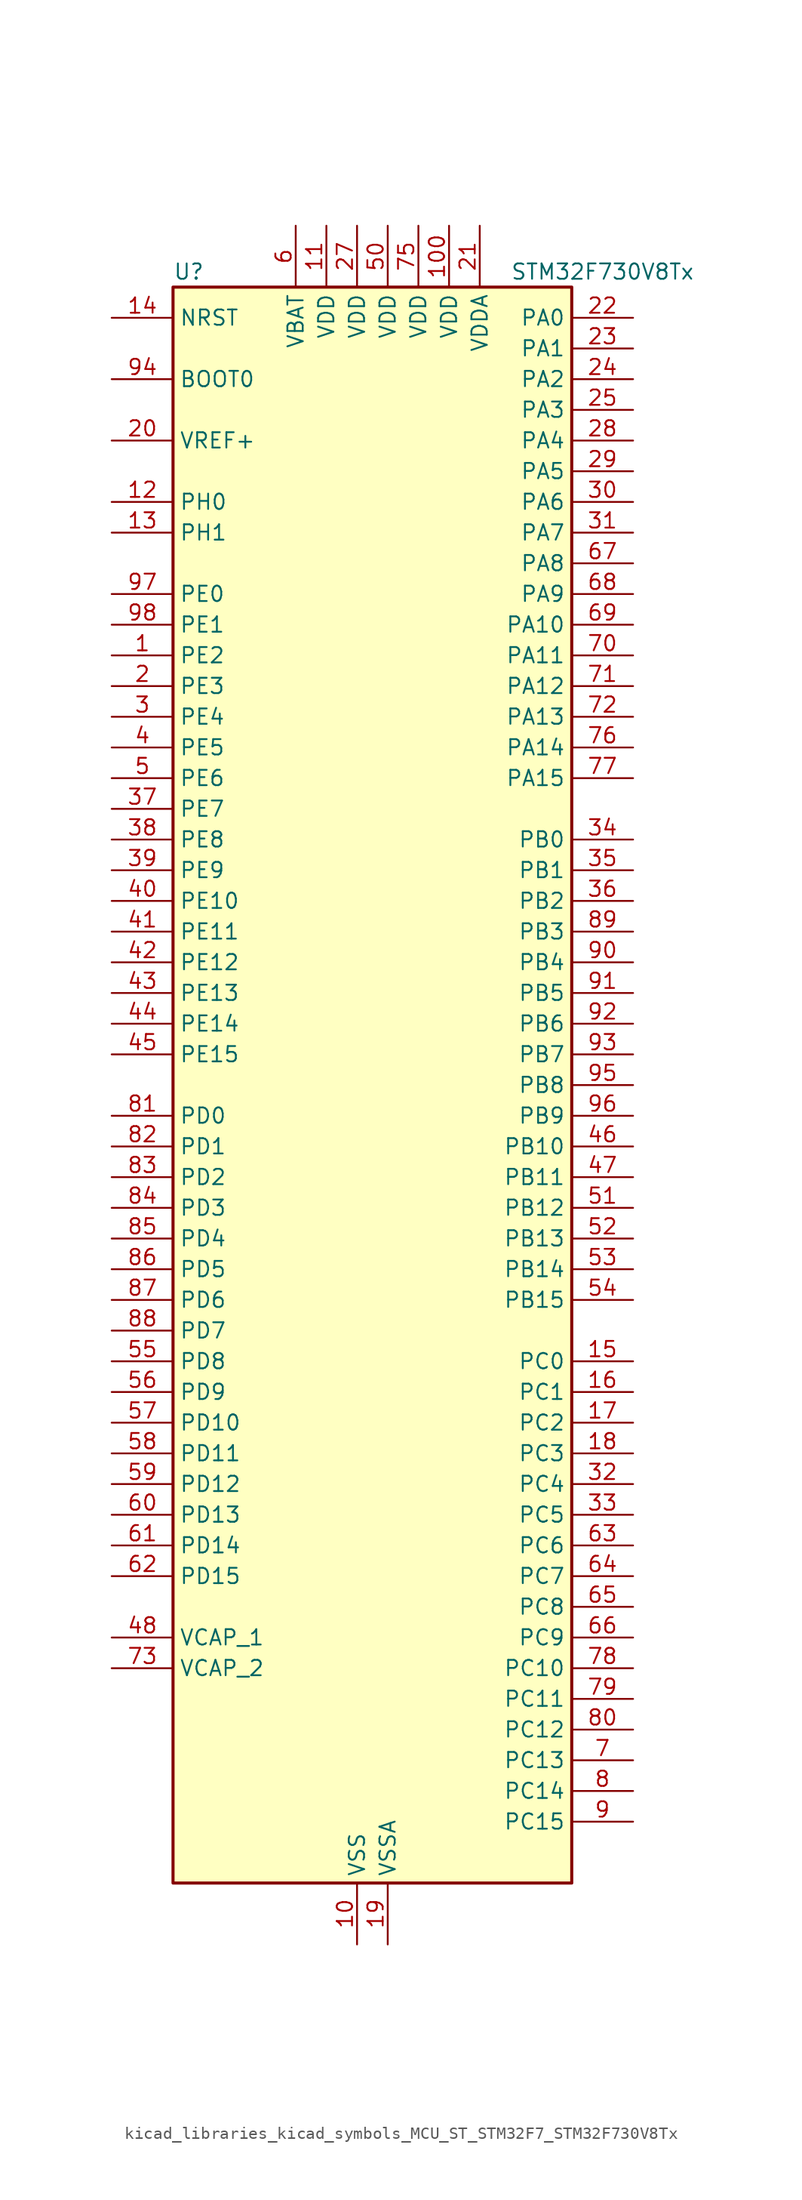
<source format=kicad_sym>
(kicad_symbol_lib
  (version 20220914)
  (generator kicad_symbol_editor)
  (symbol "kicad_libraries_kicad_symbols_MCU_ST_STM32F7_STM32F730V8Tx"
    (property "Reference" "U"
      (at -15.24 67.31 0)
      (effects (font (size 1.27 1.27)) (justify left)))
    (property "Value" "STM32F730V8Tx"
      (at 12.7 67.31 0)
      (effects (font (size 1.27 1.27)) (justify left)))
    (property "ki_locked" ""
      (at 0 0 0)
      (effects (font (size 1.27 1.27))))
    (symbol "kicad_libraries_kicad_symbols_MCU_ST_STM32F7_STM32F730V8Tx_0_1"
      (rectangle (start -15.24 -66.04) (end 17.78 66.04) (stroke (width 0.254) (type default)) (fill (type background))))
    (symbol "kicad_libraries_kicad_symbols_MCU_ST_STM32F7_STM32F730V8Tx_1_1"
      (pin bidirectional line (at -20.32 35.56 0) (length 5.08) (name "PE2" (effects (font (size 1.27 1.27)))) (number "1" (effects (font (size 1.27 1.27)))) (alternate "FMC_A23" bidirectional line) (alternate "QUADSPI_BK1_IO2" bidirectional line) (alternate "SAI1_MCLK_A" bidirectional line) (alternate "SPI4_SCK" bidirectional line) (alternate "SYS_TRACECLK" bidirectional line))
      (pin power_in line (at 0 -71.12 90) (length 5.08) (name "VSS" (effects (font (size 1.27 1.27)))) (number "10" (effects (font (size 1.27 1.27)))))
      (pin power_in line (at 7.62 71.12 270) (length 5.08) (name "VDD" (effects (font (size 1.27 1.27)))) (number "100" (effects (font (size 1.27 1.27)))))
      (pin power_in line (at -2.54 71.12 270) (length 5.08) (name "VDD" (effects (font (size 1.27 1.27)))) (number "11" (effects (font (size 1.27 1.27)))))
      (pin bidirectional line (at -20.32 48.26 0) (length 5.08) (name "PH0" (effects (font (size 1.27 1.27)))) (number "12" (effects (font (size 1.27 1.27)))) (alternate "RCC_OSC_IN" bidirectional line))
      (pin bidirectional line (at -20.32 45.72 0) (length 5.08) (name "PH1" (effects (font (size 1.27 1.27)))) (number "13" (effects (font (size 1.27 1.27)))) (alternate "RCC_OSC_OUT" bidirectional line))
      (pin input line (at -20.32 63.5 0) (length 5.08) (name "NRST" (effects (font (size 1.27 1.27)))) (number "14" (effects (font (size 1.27 1.27)))))
      (pin bidirectional line (at 22.86 -22.86 180) (length 5.08) (name "PC0" (effects (font (size 1.27 1.27)))) (number "15" (effects (font (size 1.27 1.27)))) (alternate "ADC1_IN10" bidirectional line) (alternate "ADC2_IN10" bidirectional line) (alternate "ADC3_IN10" bidirectional line) (alternate "FMC_SDNWE" bidirectional line) (alternate "SAI2_FS_B" bidirectional line) (alternate "USB_OTG_HS_ULPI_STP" bidirectional line))
      (pin bidirectional line (at 22.86 -25.4 180) (length 5.08) (name "PC1" (effects (font (size 1.27 1.27)))) (number "16" (effects (font (size 1.27 1.27)))) (alternate "ADC1_IN11" bidirectional line) (alternate "ADC2_IN11" bidirectional line) (alternate "ADC3_IN11" bidirectional line) (alternate "I2S2_SD" bidirectional line) (alternate "RTC_TAMP3" bidirectional line) (alternate "RTC_TS" bidirectional line) (alternate "SAI1_SD_A" bidirectional line) (alternate "SPI2_MOSI" bidirectional line) (alternate "SYS_TRACED0" bidirectional line) (alternate "SYS_WKUP3" bidirectional line))
      (pin bidirectional line (at 22.86 -27.94 180) (length 5.08) (name "PC2" (effects (font (size 1.27 1.27)))) (number "17" (effects (font (size 1.27 1.27)))) (alternate "ADC1_IN12" bidirectional line) (alternate "ADC2_IN12" bidirectional line) (alternate "ADC3_IN12" bidirectional line) (alternate "FMC_SDNE0" bidirectional line) (alternate "SPI2_MISO" bidirectional line) (alternate "USB_OTG_HS_ULPI_DIR" bidirectional line))
      (pin bidirectional line (at 22.86 -30.48 180) (length 5.08) (name "PC3" (effects (font (size 1.27 1.27)))) (number "18" (effects (font (size 1.27 1.27)))) (alternate "ADC1_IN13" bidirectional line) (alternate "ADC2_IN13" bidirectional line) (alternate "ADC3_IN13" bidirectional line) (alternate "FMC_SDCKE0" bidirectional line) (alternate "I2S2_SD" bidirectional line) (alternate "SPI2_MOSI" bidirectional line) (alternate "USB_OTG_HS_ULPI_NXT" bidirectional line))
      (pin power_in line (at 2.54 -71.12 90) (length 5.08) (name "VSSA" (effects (font (size 1.27 1.27)))) (number "19" (effects (font (size 1.27 1.27)))))
      (pin bidirectional line (at -20.32 33.02 0) (length 5.08) (name "PE3" (effects (font (size 1.27 1.27)))) (number "2" (effects (font (size 1.27 1.27)))) (alternate "FMC_A19" bidirectional line) (alternate "SAI1_SD_B" bidirectional line) (alternate "SYS_TRACED0" bidirectional line))
      (pin input line (at -20.32 53.34 0) (length 5.08) (name "VREF+" (effects (font (size 1.27 1.27)))) (number "20" (effects (font (size 1.27 1.27)))))
      (pin power_in line (at 10.16 71.12 270) (length 5.08) (name "VDDA" (effects (font (size 1.27 1.27)))) (number "21" (effects (font (size 1.27 1.27)))))
      (pin bidirectional line (at 22.86 63.5 180) (length 5.08) (name "PA0" (effects (font (size 1.27 1.27)))) (number "22" (effects (font (size 1.27 1.27)))) (alternate "ADC1_IN0" bidirectional line) (alternate "ADC2_IN0" bidirectional line) (alternate "ADC3_IN0" bidirectional line) (alternate "SAI2_SD_B" bidirectional line) (alternate "SYS_WKUP1" bidirectional line) (alternate "TIM2_CH1" bidirectional line) (alternate "TIM2_ETR" bidirectional line) (alternate "TIM5_CH1" bidirectional line) (alternate "TIM8_ETR" bidirectional line) (alternate "UART4_TX" bidirectional line) (alternate "USART2_CTS" bidirectional line))
      (pin bidirectional line (at 22.86 60.96 180) (length 5.08) (name "PA1" (effects (font (size 1.27 1.27)))) (number "23" (effects (font (size 1.27 1.27)))) (alternate "ADC1_IN1" bidirectional line) (alternate "ADC2_IN1" bidirectional line) (alternate "ADC3_IN1" bidirectional line) (alternate "QUADSPI_BK1_IO3" bidirectional line) (alternate "SAI2_MCLK_B" bidirectional line) (alternate "TIM2_CH2" bidirectional line) (alternate "TIM5_CH2" bidirectional line) (alternate "UART4_RX" bidirectional line) (alternate "USART2_DE" bidirectional line) (alternate "USART2_RTS" bidirectional line))
      (pin bidirectional line (at 22.86 58.42 180) (length 5.08) (name "PA2" (effects (font (size 1.27 1.27)))) (number "24" (effects (font (size 1.27 1.27)))) (alternate "ADC1_IN2" bidirectional line) (alternate "ADC2_IN2" bidirectional line) (alternate "ADC3_IN2" bidirectional line) (alternate "SAI2_SCK_B" bidirectional line) (alternate "SYS_WKUP2" bidirectional line) (alternate "TIM2_CH3" bidirectional line) (alternate "TIM5_CH3" bidirectional line) (alternate "TIM9_CH1" bidirectional line) (alternate "USART2_TX" bidirectional line))
      (pin bidirectional line (at 22.86 55.88 180) (length 5.08) (name "PA3" (effects (font (size 1.27 1.27)))) (number "25" (effects (font (size 1.27 1.27)))) (alternate "ADC1_IN3" bidirectional line) (alternate "ADC2_IN3" bidirectional line) (alternate "ADC3_IN3" bidirectional line) (alternate "TIM2_CH4" bidirectional line) (alternate "TIM5_CH4" bidirectional line) (alternate "TIM9_CH2" bidirectional line) (alternate "USART2_RX" bidirectional line) (alternate "USB_OTG_HS_ULPI_D0" bidirectional line))
      (pin passive line (at 0 -71.12 90) (length 5.08) hide (name "VSS" (effects (font (size 1.27 1.27)))) (number "26" (effects (font (size 1.27 1.27)))))
      (pin power_in line (at 0 71.12 270) (length 5.08) (name "VDD" (effects (font (size 1.27 1.27)))) (number "27" (effects (font (size 1.27 1.27)))))
      (pin bidirectional line (at 22.86 53.34 180) (length 5.08) (name "PA4" (effects (font (size 1.27 1.27)))) (number "28" (effects (font (size 1.27 1.27)))) (alternate "ADC1_IN4" bidirectional line) (alternate "ADC2_IN4" bidirectional line) (alternate "DAC_OUT1" bidirectional line) (alternate "I2S1_WS" bidirectional line) (alternate "I2S3_WS" bidirectional line) (alternate "SPI1_NSS" bidirectional line) (alternate "SPI3_NSS" bidirectional line) (alternate "USART2_CK" bidirectional line) (alternate "USB_OTG_HS_SOF" bidirectional line))
      (pin bidirectional line (at 22.86 50.8 180) (length 5.08) (name "PA5" (effects (font (size 1.27 1.27)))) (number "29" (effects (font (size 1.27 1.27)))) (alternate "ADC1_IN5" bidirectional line) (alternate "ADC2_IN5" bidirectional line) (alternate "DAC_OUT2" bidirectional line) (alternate "I2S1_CK" bidirectional line) (alternate "SPI1_SCK" bidirectional line) (alternate "TIM2_CH1" bidirectional line) (alternate "TIM2_ETR" bidirectional line) (alternate "TIM8_CH1N" bidirectional line) (alternate "USB_OTG_HS_ULPI_CK" bidirectional line))
      (pin bidirectional line (at -20.32 30.48 0) (length 5.08) (name "PE4" (effects (font (size 1.27 1.27)))) (number "3" (effects (font (size 1.27 1.27)))) (alternate "FMC_A20" bidirectional line) (alternate "SAI1_FS_A" bidirectional line) (alternate "SPI4_NSS" bidirectional line) (alternate "SYS_TRACED1" bidirectional line))
      (pin bidirectional line (at 22.86 48.26 180) (length 5.08) (name "PA6" (effects (font (size 1.27 1.27)))) (number "30" (effects (font (size 1.27 1.27)))) (alternate "ADC1_IN6" bidirectional line) (alternate "ADC2_IN6" bidirectional line) (alternate "SPI1_MISO" bidirectional line) (alternate "TIM13_CH1" bidirectional line) (alternate "TIM1_BKIN" bidirectional line) (alternate "TIM3_CH1" bidirectional line) (alternate "TIM8_BKIN" bidirectional line))
      (pin bidirectional line (at 22.86 45.72 180) (length 5.08) (name "PA7" (effects (font (size 1.27 1.27)))) (number "31" (effects (font (size 1.27 1.27)))) (alternate "ADC1_IN7" bidirectional line) (alternate "ADC2_IN7" bidirectional line) (alternate "FMC_SDNWE" bidirectional line) (alternate "I2S1_SD" bidirectional line) (alternate "SPI1_MOSI" bidirectional line) (alternate "TIM14_CH1" bidirectional line) (alternate "TIM1_CH1N" bidirectional line) (alternate "TIM3_CH2" bidirectional line) (alternate "TIM8_CH1N" bidirectional line))
      (pin bidirectional line (at 22.86 -33.02 180) (length 5.08) (name "PC4" (effects (font (size 1.27 1.27)))) (number "32" (effects (font (size 1.27 1.27)))) (alternate "ADC1_IN14" bidirectional line) (alternate "ADC2_IN14" bidirectional line) (alternate "FMC_SDNE0" bidirectional line) (alternate "I2S1_MCK" bidirectional line))
      (pin bidirectional line (at 22.86 -35.56 180) (length 5.08) (name "PC5" (effects (font (size 1.27 1.27)))) (number "33" (effects (font (size 1.27 1.27)))) (alternate "ADC1_IN15" bidirectional line) (alternate "ADC2_IN15" bidirectional line) (alternate "FMC_SDCKE0" bidirectional line))
      (pin bidirectional line (at 22.86 20.32 180) (length 5.08) (name "PB0" (effects (font (size 1.27 1.27)))) (number "34" (effects (font (size 1.27 1.27)))) (alternate "ADC1_IN8" bidirectional line) (alternate "ADC2_IN8" bidirectional line) (alternate "TIM1_CH2N" bidirectional line) (alternate "TIM3_CH3" bidirectional line) (alternate "TIM8_CH2N" bidirectional line) (alternate "UART4_CTS" bidirectional line) (alternate "USB_OTG_HS_ULPI_D1" bidirectional line))
      (pin bidirectional line (at 22.86 17.78 180) (length 5.08) (name "PB1" (effects (font (size 1.27 1.27)))) (number "35" (effects (font (size 1.27 1.27)))) (alternate "ADC1_IN9" bidirectional line) (alternate "ADC2_IN9" bidirectional line) (alternate "TIM1_CH3N" bidirectional line) (alternate "TIM3_CH4" bidirectional line) (alternate "TIM8_CH3N" bidirectional line) (alternate "USB_OTG_HS_ULPI_D2" bidirectional line))
      (pin bidirectional line (at 22.86 15.24 180) (length 5.08) (name "PB2" (effects (font (size 1.27 1.27)))) (number "36" (effects (font (size 1.27 1.27)))) (alternate "I2S3_SD" bidirectional line) (alternate "QUADSPI_CLK" bidirectional line) (alternate "SAI1_SD_A" bidirectional line) (alternate "SPI3_MOSI" bidirectional line))
      (pin bidirectional line (at -20.32 22.86 0) (length 5.08) (name "PE7" (effects (font (size 1.27 1.27)))) (number "37" (effects (font (size 1.27 1.27)))) (alternate "FMC_D4" bidirectional line) (alternate "FMC_DA4" bidirectional line) (alternate "QUADSPI_BK2_IO0" bidirectional line) (alternate "TIM1_ETR" bidirectional line) (alternate "UART7_RX" bidirectional line))
      (pin bidirectional line (at -20.32 20.32 0) (length 5.08) (name "PE8" (effects (font (size 1.27 1.27)))) (number "38" (effects (font (size 1.27 1.27)))) (alternate "FMC_D5" bidirectional line) (alternate "FMC_DA5" bidirectional line) (alternate "QUADSPI_BK2_IO1" bidirectional line) (alternate "TIM1_CH1N" bidirectional line) (alternate "UART7_TX" bidirectional line))
      (pin bidirectional line (at -20.32 17.78 0) (length 5.08) (name "PE9" (effects (font (size 1.27 1.27)))) (number "39" (effects (font (size 1.27 1.27)))) (alternate "DAC_EXTI9" bidirectional line) (alternate "FMC_D6" bidirectional line) (alternate "FMC_DA6" bidirectional line) (alternate "QUADSPI_BK2_IO2" bidirectional line) (alternate "TIM1_CH1" bidirectional line) (alternate "UART7_DE" bidirectional line) (alternate "UART7_RTS" bidirectional line))
      (pin bidirectional line (at -20.32 27.94 0) (length 5.08) (name "PE5" (effects (font (size 1.27 1.27)))) (number "4" (effects (font (size 1.27 1.27)))) (alternate "FMC_A21" bidirectional line) (alternate "SAI1_SCK_A" bidirectional line) (alternate "SPI4_MISO" bidirectional line) (alternate "SYS_TRACED2" bidirectional line) (alternate "TIM9_CH1" bidirectional line))
      (pin bidirectional line (at -20.32 15.24 0) (length 5.08) (name "PE10" (effects (font (size 1.27 1.27)))) (number "40" (effects (font (size 1.27 1.27)))) (alternate "FMC_D7" bidirectional line) (alternate "FMC_DA7" bidirectional line) (alternate "QUADSPI_BK2_IO3" bidirectional line) (alternate "TIM1_CH2N" bidirectional line) (alternate "UART7_CTS" bidirectional line))
      (pin bidirectional line (at -20.32 12.7 0) (length 5.08) (name "PE11" (effects (font (size 1.27 1.27)))) (number "41" (effects (font (size 1.27 1.27)))) (alternate "ADC1_EXTI11" bidirectional line) (alternate "ADC2_EXTI11" bidirectional line) (alternate "ADC3_EXTI11" bidirectional line) (alternate "FMC_D8" bidirectional line) (alternate "FMC_DA8" bidirectional line) (alternate "SAI2_SD_B" bidirectional line) (alternate "SPI4_NSS" bidirectional line) (alternate "TIM1_CH2" bidirectional line))
      (pin bidirectional line (at -20.32 10.16 0) (length 5.08) (name "PE12" (effects (font (size 1.27 1.27)))) (number "42" (effects (font (size 1.27 1.27)))) (alternate "FMC_D9" bidirectional line) (alternate "FMC_DA9" bidirectional line) (alternate "SAI2_SCK_B" bidirectional line) (alternate "SPI4_SCK" bidirectional line) (alternate "TIM1_CH3N" bidirectional line))
      (pin bidirectional line (at -20.32 7.62 0) (length 5.08) (name "PE13" (effects (font (size 1.27 1.27)))) (number "43" (effects (font (size 1.27 1.27)))) (alternate "FMC_D10" bidirectional line) (alternate "FMC_DA10" bidirectional line) (alternate "SAI2_FS_B" bidirectional line) (alternate "SPI4_MISO" bidirectional line) (alternate "TIM1_CH3" bidirectional line))
      (pin bidirectional line (at -20.32 5.08 0) (length 5.08) (name "PE14" (effects (font (size 1.27 1.27)))) (number "44" (effects (font (size 1.27 1.27)))) (alternate "FMC_D11" bidirectional line) (alternate "FMC_DA11" bidirectional line) (alternate "SAI2_MCLK_B" bidirectional line) (alternate "SPI4_MOSI" bidirectional line) (alternate "TIM1_CH4" bidirectional line))
      (pin bidirectional line (at -20.32 2.54 0) (length 5.08) (name "PE15" (effects (font (size 1.27 1.27)))) (number "45" (effects (font (size 1.27 1.27)))) (alternate "FMC_D12" bidirectional line) (alternate "FMC_DA12" bidirectional line) (alternate "TIM1_BKIN" bidirectional line))
      (pin bidirectional line (at 22.86 -5.08 180) (length 5.08) (name "PB10" (effects (font (size 1.27 1.27)))) (number "46" (effects (font (size 1.27 1.27)))) (alternate "I2C2_SCL" bidirectional line) (alternate "I2S2_CK" bidirectional line) (alternate "SPI2_SCK" bidirectional line) (alternate "TIM2_CH3" bidirectional line) (alternate "USART3_TX" bidirectional line) (alternate "USB_OTG_HS_ULPI_D3" bidirectional line))
      (pin bidirectional line (at 22.86 -7.62 180) (length 5.08) (name "PB11" (effects (font (size 1.27 1.27)))) (number "47" (effects (font (size 1.27 1.27)))) (alternate "ADC1_EXTI11" bidirectional line) (alternate "ADC2_EXTI11" bidirectional line) (alternate "ADC3_EXTI11" bidirectional line) (alternate "I2C2_SDA" bidirectional line) (alternate "TIM2_CH4" bidirectional line) (alternate "USART3_RX" bidirectional line) (alternate "USB_OTG_HS_ULPI_D4" bidirectional line))
      (pin power_out line (at -20.32 -45.72 0) (length 5.08) (name "VCAP_1" (effects (font (size 1.27 1.27)))) (number "48" (effects (font (size 1.27 1.27)))))
      (pin passive line (at 0 -71.12 90) (length 5.08) hide (name "VSS" (effects (font (size 1.27 1.27)))) (number "49" (effects (font (size 1.27 1.27)))))
      (pin bidirectional line (at -20.32 25.4 0) (length 5.08) (name "PE6" (effects (font (size 1.27 1.27)))) (number "5" (effects (font (size 1.27 1.27)))) (alternate "FMC_A22" bidirectional line) (alternate "SAI1_SD_A" bidirectional line) (alternate "SAI2_MCLK_B" bidirectional line) (alternate "SPI4_MOSI" bidirectional line) (alternate "SYS_TRACED3" bidirectional line) (alternate "TIM1_BKIN2" bidirectional line) (alternate "TIM9_CH2" bidirectional line))
      (pin power_in line (at 2.54 71.12 270) (length 5.08) (name "VDD" (effects (font (size 1.27 1.27)))) (number "50" (effects (font (size 1.27 1.27)))))
      (pin bidirectional line (at 22.86 -10.16 180) (length 5.08) (name "PB12" (effects (font (size 1.27 1.27)))) (number "51" (effects (font (size 1.27 1.27)))) (alternate "I2C2_SMBA" bidirectional line) (alternate "I2S2_WS" bidirectional line) (alternate "SPI2_NSS" bidirectional line) (alternate "TIM1_BKIN" bidirectional line) (alternate "USART3_CK" bidirectional line) (alternate "USB_OTG_HS_ID" bidirectional line) (alternate "USB_OTG_HS_ULPI_D5" bidirectional line))
      (pin bidirectional line (at 22.86 -12.7 180) (length 5.08) (name "PB13" (effects (font (size 1.27 1.27)))) (number "52" (effects (font (size 1.27 1.27)))) (alternate "I2S2_CK" bidirectional line) (alternate "SPI2_SCK" bidirectional line) (alternate "TIM1_CH1N" bidirectional line) (alternate "USART3_CTS" bidirectional line) (alternate "USB_OTG_HS_ULPI_D6" bidirectional line) (alternate "USB_OTG_HS_VBUS" bidirectional line))
      (pin bidirectional line (at 22.86 -15.24 180) (length 5.08) (name "PB14" (effects (font (size 1.27 1.27)))) (number "53" (effects (font (size 1.27 1.27)))) (alternate "SDMMC2_D0" bidirectional line) (alternate "SPI2_MISO" bidirectional line) (alternate "TIM12_CH1" bidirectional line) (alternate "TIM1_CH2N" bidirectional line) (alternate "TIM8_CH2N" bidirectional line) (alternate "USART3_DE" bidirectional line) (alternate "USART3_RTS" bidirectional line) (alternate "USB_OTG_HS_DM" bidirectional line))
      (pin bidirectional line (at 22.86 -17.78 180) (length 5.08) (name "PB15" (effects (font (size 1.27 1.27)))) (number "54" (effects (font (size 1.27 1.27)))) (alternate "I2S2_SD" bidirectional line) (alternate "RTC_REFIN" bidirectional line) (alternate "SDMMC2_D1" bidirectional line) (alternate "SPI2_MOSI" bidirectional line) (alternate "TIM12_CH2" bidirectional line) (alternate "TIM1_CH3N" bidirectional line) (alternate "TIM8_CH3N" bidirectional line) (alternate "USB_OTG_HS_DP" bidirectional line))
      (pin bidirectional line (at -20.32 -22.86 0) (length 5.08) (name "PD8" (effects (font (size 1.27 1.27)))) (number "55" (effects (font (size 1.27 1.27)))) (alternate "FMC_D13" bidirectional line) (alternate "FMC_DA13" bidirectional line) (alternate "USART3_TX" bidirectional line))
      (pin bidirectional line (at -20.32 -25.4 0) (length 5.08) (name "PD9" (effects (font (size 1.27 1.27)))) (number "56" (effects (font (size 1.27 1.27)))) (alternate "DAC_EXTI9" bidirectional line) (alternate "FMC_D14" bidirectional line) (alternate "FMC_DA14" bidirectional line) (alternate "USART3_RX" bidirectional line))
      (pin bidirectional line (at -20.32 -27.94 0) (length 5.08) (name "PD10" (effects (font (size 1.27 1.27)))) (number "57" (effects (font (size 1.27 1.27)))) (alternate "FMC_D15" bidirectional line) (alternate "FMC_DA15" bidirectional line) (alternate "USART3_CK" bidirectional line))
      (pin bidirectional line (at -20.32 -30.48 0) (length 5.08) (name "PD11" (effects (font (size 1.27 1.27)))) (number "58" (effects (font (size 1.27 1.27)))) (alternate "ADC1_EXTI11" bidirectional line) (alternate "ADC2_EXTI11" bidirectional line) (alternate "ADC3_EXTI11" bidirectional line) (alternate "FMC_A16" bidirectional line) (alternate "FMC_CLE" bidirectional line) (alternate "QUADSPI_BK1_IO0" bidirectional line) (alternate "SAI2_SD_A" bidirectional line) (alternate "USART3_CTS" bidirectional line))
      (pin bidirectional line (at -20.32 -33.02 0) (length 5.08) (name "PD12" (effects (font (size 1.27 1.27)))) (number "59" (effects (font (size 1.27 1.27)))) (alternate "FMC_A17" bidirectional line) (alternate "FMC_ALE" bidirectional line) (alternate "LPTIM1_IN1" bidirectional line) (alternate "QUADSPI_BK1_IO1" bidirectional line) (alternate "SAI2_FS_A" bidirectional line) (alternate "TIM4_CH1" bidirectional line) (alternate "USART3_DE" bidirectional line) (alternate "USART3_RTS" bidirectional line))
      (pin power_in line (at -5.08 71.12 270) (length 5.08) (name "VBAT" (effects (font (size 1.27 1.27)))) (number "6" (effects (font (size 1.27 1.27)))))
      (pin bidirectional line (at -20.32 -35.56 0) (length 5.08) (name "PD13" (effects (font (size 1.27 1.27)))) (number "60" (effects (font (size 1.27 1.27)))) (alternate "FMC_A18" bidirectional line) (alternate "LPTIM1_OUT" bidirectional line) (alternate "QUADSPI_BK1_IO3" bidirectional line) (alternate "SAI2_SCK_A" bidirectional line) (alternate "TIM4_CH2" bidirectional line))
      (pin bidirectional line (at -20.32 -38.1 0) (length 5.08) (name "PD14" (effects (font (size 1.27 1.27)))) (number "61" (effects (font (size 1.27 1.27)))) (alternate "FMC_D0" bidirectional line) (alternate "FMC_DA0" bidirectional line) (alternate "TIM4_CH3" bidirectional line) (alternate "UART8_CTS" bidirectional line))
      (pin bidirectional line (at -20.32 -40.64 0) (length 5.08) (name "PD15" (effects (font (size 1.27 1.27)))) (number "62" (effects (font (size 1.27 1.27)))) (alternate "FMC_D1" bidirectional line) (alternate "FMC_DA1" bidirectional line) (alternate "TIM4_CH4" bidirectional line) (alternate "UART8_DE" bidirectional line) (alternate "UART8_RTS" bidirectional line))
      (pin bidirectional line (at 22.86 -38.1 180) (length 5.08) (name "PC6" (effects (font (size 1.27 1.27)))) (number "63" (effects (font (size 1.27 1.27)))) (alternate "I2S2_MCK" bidirectional line) (alternate "SDMMC1_D6" bidirectional line) (alternate "SDMMC2_D6" bidirectional line) (alternate "TIM3_CH1" bidirectional line) (alternate "TIM8_CH1" bidirectional line) (alternate "USART6_TX" bidirectional line))
      (pin bidirectional line (at 22.86 -40.64 180) (length 5.08) (name "PC7" (effects (font (size 1.27 1.27)))) (number "64" (effects (font (size 1.27 1.27)))) (alternate "I2S3_MCK" bidirectional line) (alternate "SDMMC1_D7" bidirectional line) (alternate "SDMMC2_D7" bidirectional line) (alternate "TIM3_CH2" bidirectional line) (alternate "TIM8_CH2" bidirectional line) (alternate "USART6_RX" bidirectional line))
      (pin bidirectional line (at 22.86 -43.18 180) (length 5.08) (name "PC8" (effects (font (size 1.27 1.27)))) (number "65" (effects (font (size 1.27 1.27)))) (alternate "SDMMC1_D0" bidirectional line) (alternate "SYS_TRACED1" bidirectional line) (alternate "TIM3_CH3" bidirectional line) (alternate "TIM8_CH3" bidirectional line) (alternate "UART5_DE" bidirectional line) (alternate "UART5_RTS" bidirectional line) (alternate "USART6_CK" bidirectional line))
      (pin bidirectional line (at 22.86 -45.72 180) (length 5.08) (name "PC9" (effects (font (size 1.27 1.27)))) (number "66" (effects (font (size 1.27 1.27)))) (alternate "DAC_EXTI9" bidirectional line) (alternate "I2C3_SDA" bidirectional line) (alternate "I2S_CKIN" bidirectional line) (alternate "QUADSPI_BK1_IO0" bidirectional line) (alternate "RCC_MCO_2" bidirectional line) (alternate "SDMMC1_D1" bidirectional line) (alternate "TIM3_CH4" bidirectional line) (alternate "TIM8_CH4" bidirectional line) (alternate "UART5_CTS" bidirectional line))
      (pin bidirectional line (at 22.86 43.18 180) (length 5.08) (name "PA8" (effects (font (size 1.27 1.27)))) (number "67" (effects (font (size 1.27 1.27)))) (alternate "I2C3_SCL" bidirectional line) (alternate "RCC_MCO_1" bidirectional line) (alternate "TIM1_CH1" bidirectional line) (alternate "TIM8_BKIN2" bidirectional line) (alternate "USART1_CK" bidirectional line) (alternate "USB_OTG_FS_SOF" bidirectional line))
      (pin bidirectional line (at 22.86 40.64 180) (length 5.08) (name "PA9" (effects (font (size 1.27 1.27)))) (number "68" (effects (font (size 1.27 1.27)))) (alternate "DAC_EXTI9" bidirectional line) (alternate "I2C3_SMBA" bidirectional line) (alternate "I2S2_CK" bidirectional line) (alternate "SPI2_SCK" bidirectional line) (alternate "TIM1_CH2" bidirectional line) (alternate "USART1_TX" bidirectional line) (alternate "USB_OTG_FS_VBUS" bidirectional line))
      (pin bidirectional line (at 22.86 38.1 180) (length 5.08) (name "PA10" (effects (font (size 1.27 1.27)))) (number "69" (effects (font (size 1.27 1.27)))) (alternate "TIM1_CH3" bidirectional line) (alternate "USART1_RX" bidirectional line) (alternate "USB_OTG_FS_ID" bidirectional line))
      (pin bidirectional line (at 22.86 -55.88 180) (length 5.08) (name "PC13" (effects (font (size 1.27 1.27)))) (number "7" (effects (font (size 1.27 1.27)))) (alternate "RTC_OUT" bidirectional line) (alternate "RTC_TAMP1" bidirectional line) (alternate "RTC_TS" bidirectional line) (alternate "SYS_WKUP4" bidirectional line))
      (pin bidirectional line (at 22.86 35.56 180) (length 5.08) (name "PA11" (effects (font (size 1.27 1.27)))) (number "70" (effects (font (size 1.27 1.27)))) (alternate "ADC1_EXTI11" bidirectional line) (alternate "ADC2_EXTI11" bidirectional line) (alternate "ADC3_EXTI11" bidirectional line) (alternate "CAN1_RX" bidirectional line) (alternate "TIM1_CH4" bidirectional line) (alternate "USART1_CTS" bidirectional line) (alternate "USB_OTG_FS_DM" bidirectional line))
      (pin bidirectional line (at 22.86 33.02 180) (length 5.08) (name "PA12" (effects (font (size 1.27 1.27)))) (number "71" (effects (font (size 1.27 1.27)))) (alternate "CAN1_TX" bidirectional line) (alternate "SAI2_FS_B" bidirectional line) (alternate "TIM1_ETR" bidirectional line) (alternate "USART1_DE" bidirectional line) (alternate "USART1_RTS" bidirectional line) (alternate "USB_OTG_FS_DP" bidirectional line))
      (pin bidirectional line (at 22.86 30.48 180) (length 5.08) (name "PA13" (effects (font (size 1.27 1.27)))) (number "72" (effects (font (size 1.27 1.27)))) (alternate "SYS_JTMS-SWDIO" bidirectional line))
      (pin power_out line (at -20.32 -48.26 0) (length 5.08) (name "VCAP_2" (effects (font (size 1.27 1.27)))) (number "73" (effects (font (size 1.27 1.27)))))
      (pin passive line (at 0 -71.12 90) (length 5.08) hide (name "VSS" (effects (font (size 1.27 1.27)))) (number "74" (effects (font (size 1.27 1.27)))))
      (pin power_in line (at 5.08 71.12 270) (length 5.08) (name "VDD" (effects (font (size 1.27 1.27)))) (number "75" (effects (font (size 1.27 1.27)))))
      (pin bidirectional line (at 22.86 27.94 180) (length 5.08) (name "PA14" (effects (font (size 1.27 1.27)))) (number "76" (effects (font (size 1.27 1.27)))) (alternate "SYS_JTCK-SWCLK" bidirectional line))
      (pin bidirectional line (at 22.86 25.4 180) (length 5.08) (name "PA15" (effects (font (size 1.27 1.27)))) (number "77" (effects (font (size 1.27 1.27)))) (alternate "I2S1_WS" bidirectional line) (alternate "I2S3_WS" bidirectional line) (alternate "SPI1_NSS" bidirectional line) (alternate "SPI3_NSS" bidirectional line) (alternate "SYS_JTDI" bidirectional line) (alternate "TIM2_CH1" bidirectional line) (alternate "TIM2_ETR" bidirectional line) (alternate "UART4_DE" bidirectional line) (alternate "UART4_RTS" bidirectional line))
      (pin bidirectional line (at 22.86 -48.26 180) (length 5.08) (name "PC10" (effects (font (size 1.27 1.27)))) (number "78" (effects (font (size 1.27 1.27)))) (alternate "I2S3_CK" bidirectional line) (alternate "QUADSPI_BK1_IO1" bidirectional line) (alternate "SDMMC1_D2" bidirectional line) (alternate "SPI3_SCK" bidirectional line) (alternate "UART4_TX" bidirectional line) (alternate "USART3_TX" bidirectional line))
      (pin bidirectional line (at 22.86 -50.8 180) (length 5.08) (name "PC11" (effects (font (size 1.27 1.27)))) (number "79" (effects (font (size 1.27 1.27)))) (alternate "ADC1_EXTI11" bidirectional line) (alternate "ADC2_EXTI11" bidirectional line) (alternate "ADC3_EXTI11" bidirectional line) (alternate "QUADSPI_BK2_NCS" bidirectional line) (alternate "SDMMC1_D3" bidirectional line) (alternate "SPI3_MISO" bidirectional line) (alternate "UART4_RX" bidirectional line) (alternate "USART3_RX" bidirectional line))
      (pin bidirectional line (at 22.86 -58.42 180) (length 5.08) (name "PC14" (effects (font (size 1.27 1.27)))) (number "8" (effects (font (size 1.27 1.27)))) (alternate "RCC_OSC32_IN" bidirectional line))
      (pin bidirectional line (at 22.86 -53.34 180) (length 5.08) (name "PC12" (effects (font (size 1.27 1.27)))) (number "80" (effects (font (size 1.27 1.27)))) (alternate "I2S3_SD" bidirectional line) (alternate "SDMMC1_CK" bidirectional line) (alternate "SPI3_MOSI" bidirectional line) (alternate "SYS_TRACED3" bidirectional line) (alternate "UART5_TX" bidirectional line) (alternate "USART3_CK" bidirectional line))
      (pin bidirectional line (at -20.32 -2.54 0) (length 5.08) (name "PD0" (effects (font (size 1.27 1.27)))) (number "81" (effects (font (size 1.27 1.27)))) (alternate "CAN1_RX" bidirectional line) (alternate "FMC_D2" bidirectional line) (alternate "FMC_DA2" bidirectional line))
      (pin bidirectional line (at -20.32 -5.08 0) (length 5.08) (name "PD1" (effects (font (size 1.27 1.27)))) (number "82" (effects (font (size 1.27 1.27)))) (alternate "CAN1_TX" bidirectional line) (alternate "FMC_D3" bidirectional line) (alternate "FMC_DA3" bidirectional line))
      (pin bidirectional line (at -20.32 -7.62 0) (length 5.08) (name "PD2" (effects (font (size 1.27 1.27)))) (number "83" (effects (font (size 1.27 1.27)))) (alternate "SDMMC1_CMD" bidirectional line) (alternate "SYS_TRACED2" bidirectional line) (alternate "TIM3_ETR" bidirectional line) (alternate "UART5_RX" bidirectional line))
      (pin bidirectional line (at -20.32 -10.16 0) (length 5.08) (name "PD3" (effects (font (size 1.27 1.27)))) (number "84" (effects (font (size 1.27 1.27)))) (alternate "FMC_CLK" bidirectional line) (alternate "I2S2_CK" bidirectional line) (alternate "SPI2_SCK" bidirectional line) (alternate "USART2_CTS" bidirectional line))
      (pin bidirectional line (at -20.32 -12.7 0) (length 5.08) (name "PD4" (effects (font (size 1.27 1.27)))) (number "85" (effects (font (size 1.27 1.27)))) (alternate "FMC_NOE" bidirectional line) (alternate "USART2_DE" bidirectional line) (alternate "USART2_RTS" bidirectional line))
      (pin bidirectional line (at -20.32 -15.24 0) (length 5.08) (name "PD5" (effects (font (size 1.27 1.27)))) (number "86" (effects (font (size 1.27 1.27)))) (alternate "FMC_NWE" bidirectional line) (alternate "USART2_TX" bidirectional line))
      (pin bidirectional line (at -20.32 -17.78 0) (length 5.08) (name "PD6" (effects (font (size 1.27 1.27)))) (number "87" (effects (font (size 1.27 1.27)))) (alternate "FMC_NWAIT" bidirectional line) (alternate "I2S3_SD" bidirectional line) (alternate "SAI1_SD_A" bidirectional line) (alternate "SDMMC2_CK" bidirectional line) (alternate "SPI3_MOSI" bidirectional line) (alternate "USART2_RX" bidirectional line))
      (pin bidirectional line (at -20.32 -20.32 0) (length 5.08) (name "PD7" (effects (font (size 1.27 1.27)))) (number "88" (effects (font (size 1.27 1.27)))) (alternate "FMC_NE1" bidirectional line) (alternate "SDMMC2_CMD" bidirectional line) (alternate "USART2_CK" bidirectional line))
      (pin bidirectional line (at 22.86 12.7 180) (length 5.08) (name "PB3" (effects (font (size 1.27 1.27)))) (number "89" (effects (font (size 1.27 1.27)))) (alternate "I2S1_CK" bidirectional line) (alternate "I2S3_CK" bidirectional line) (alternate "SDMMC2_D2" bidirectional line) (alternate "SPI1_SCK" bidirectional line) (alternate "SPI3_SCK" bidirectional line) (alternate "SYS_JTDO-SWO" bidirectional line) (alternate "TIM2_CH2" bidirectional line))
      (pin bidirectional line (at 22.86 -60.96 180) (length 5.08) (name "PC15" (effects (font (size 1.27 1.27)))) (number "9" (effects (font (size 1.27 1.27)))) (alternate "RCC_OSC32_OUT" bidirectional line))
      (pin bidirectional line (at 22.86 10.16 180) (length 5.08) (name "PB4" (effects (font (size 1.27 1.27)))) (number "90" (effects (font (size 1.27 1.27)))) (alternate "I2S2_WS" bidirectional line) (alternate "SDMMC2_D3" bidirectional line) (alternate "SPI1_MISO" bidirectional line) (alternate "SPI2_NSS" bidirectional line) (alternate "SPI3_MISO" bidirectional line) (alternate "SYS_JTRST" bidirectional line) (alternate "TIM3_CH1" bidirectional line))
      (pin bidirectional line (at 22.86 7.62 180) (length 5.08) (name "PB5" (effects (font (size 1.27 1.27)))) (number "91" (effects (font (size 1.27 1.27)))) (alternate "FMC_SDCKE1" bidirectional line) (alternate "I2C1_SMBA" bidirectional line) (alternate "I2S1_SD" bidirectional line) (alternate "I2S3_SD" bidirectional line) (alternate "SPI1_MOSI" bidirectional line) (alternate "SPI3_MOSI" bidirectional line) (alternate "TIM3_CH2" bidirectional line) (alternate "USB_OTG_HS_ULPI_D7" bidirectional line))
      (pin bidirectional line (at 22.86 5.08 180) (length 5.08) (name "PB6" (effects (font (size 1.27 1.27)))) (number "92" (effects (font (size 1.27 1.27)))) (alternate "FMC_SDNE1" bidirectional line) (alternate "I2C1_SCL" bidirectional line) (alternate "QUADSPI_BK1_NCS" bidirectional line) (alternate "TIM4_CH1" bidirectional line) (alternate "USART1_TX" bidirectional line))
      (pin bidirectional line (at 22.86 2.54 180) (length 5.08) (name "PB7" (effects (font (size 1.27 1.27)))) (number "93" (effects (font (size 1.27 1.27)))) (alternate "FMC_NL" bidirectional line) (alternate "I2C1_SDA" bidirectional line) (alternate "TIM4_CH2" bidirectional line) (alternate "USART1_RX" bidirectional line))
      (pin input line (at -20.32 58.42 0) (length 5.08) (name "BOOT0" (effects (font (size 1.27 1.27)))) (number "94" (effects (font (size 1.27 1.27)))))
      (pin bidirectional line (at 22.86 0 180) (length 5.08) (name "PB8" (effects (font (size 1.27 1.27)))) (number "95" (effects (font (size 1.27 1.27)))) (alternate "CAN1_RX" bidirectional line) (alternate "I2C1_SCL" bidirectional line) (alternate "SDMMC1_D4" bidirectional line) (alternate "SDMMC2_D4" bidirectional line) (alternate "TIM10_CH1" bidirectional line) (alternate "TIM4_CH3" bidirectional line))
      (pin bidirectional line (at 22.86 -2.54 180) (length 5.08) (name "PB9" (effects (font (size 1.27 1.27)))) (number "96" (effects (font (size 1.27 1.27)))) (alternate "CAN1_TX" bidirectional line) (alternate "DAC_EXTI9" bidirectional line) (alternate "I2C1_SDA" bidirectional line) (alternate "I2S2_WS" bidirectional line) (alternate "SDMMC1_D5" bidirectional line) (alternate "SDMMC2_D5" bidirectional line) (alternate "SPI2_NSS" bidirectional line) (alternate "TIM11_CH1" bidirectional line) (alternate "TIM4_CH4" bidirectional line))
      (pin bidirectional line (at -20.32 40.64 0) (length 5.08) (name "PE0" (effects (font (size 1.27 1.27)))) (number "97" (effects (font (size 1.27 1.27)))) (alternate "FMC_NBL0" bidirectional line) (alternate "LPTIM1_ETR" bidirectional line) (alternate "SAI2_MCLK_A" bidirectional line) (alternate "TIM4_ETR" bidirectional line) (alternate "UART8_RX" bidirectional line))
      (pin bidirectional line (at -20.32 38.1 0) (length 5.08) (name "PE1" (effects (font (size 1.27 1.27)))) (number "98" (effects (font (size 1.27 1.27)))) (alternate "FMC_NBL1" bidirectional line) (alternate "LPTIM1_IN2" bidirectional line) (alternate "UART8_TX" bidirectional line))
      (pin passive line (at 0 -71.12 90) (length 5.08) hide (name "VSS" (effects (font (size 1.27 1.27)))) (number "99" (effects (font (size 1.27 1.27))))))))
</source>
